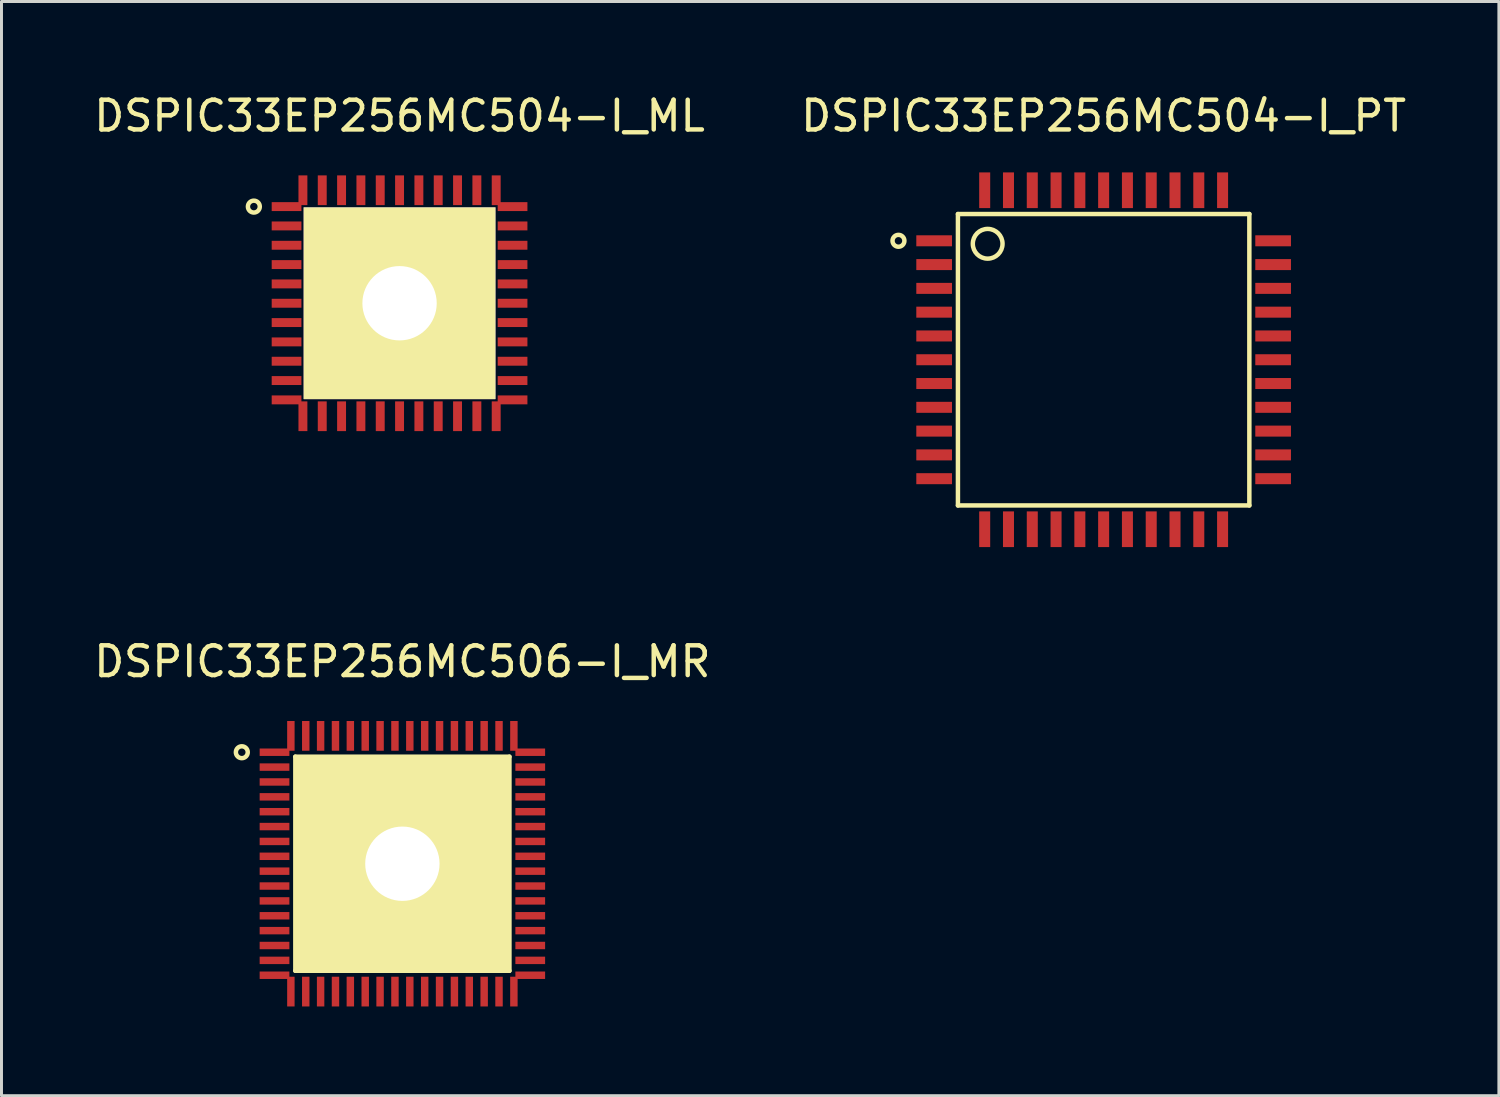
<source format=kicad_pcb>
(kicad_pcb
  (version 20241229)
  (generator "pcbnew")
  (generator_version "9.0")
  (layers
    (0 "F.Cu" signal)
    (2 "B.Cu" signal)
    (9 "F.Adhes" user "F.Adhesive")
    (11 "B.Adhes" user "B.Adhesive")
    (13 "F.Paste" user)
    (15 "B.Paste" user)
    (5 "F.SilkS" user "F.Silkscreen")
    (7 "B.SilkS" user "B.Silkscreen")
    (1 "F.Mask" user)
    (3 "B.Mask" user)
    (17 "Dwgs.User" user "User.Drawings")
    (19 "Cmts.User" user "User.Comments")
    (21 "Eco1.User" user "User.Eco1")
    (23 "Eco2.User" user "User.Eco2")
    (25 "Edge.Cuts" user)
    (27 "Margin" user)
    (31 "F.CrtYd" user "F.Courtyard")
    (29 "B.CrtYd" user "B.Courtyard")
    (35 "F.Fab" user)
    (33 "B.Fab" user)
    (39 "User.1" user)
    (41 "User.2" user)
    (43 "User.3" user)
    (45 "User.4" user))
  (footprint "DSPIC33EP256MC504-I_PT"
    (layer "F.Cu")
    (at 28.365 3.348)
    (property "Reference" "DSPIC33EP256MC504-I_PT" (at 5.7 -2.5 0) (layer "F.SilkS") (effects (font (size 1 1) (thickness 0.15))))
    (attr through_hole)
    (fp_line (start 0.8 0.8) (end 0.8 10.6) (stroke (width 0.15) (type solid)) (layer "F.SilkS"))
    (fp_line (start 0.8 0.8) (end 10.6 0.8) (stroke (width 0.15) (type solid)) (layer "F.SilkS"))
    (fp_line (start 0.8 10.6) (end 10.6 10.6) (stroke (width 0.15) (type solid)) (layer "F.SilkS"))
    (fp_line (start 10.6 10.6) (end 10.6 0.8) (stroke (width 0.15) (type solid)) (layer "F.SilkS"))
    (fp_circle (center -1.2 1.7) (end -1.2 1.5) (stroke (width 0.15) (type solid)) (fill no) (layer "F.SilkS"))
    (fp_circle (center 1.8 1.8) (end 1.8 1.3) (stroke (width 0.15) (type solid)) (fill no) (layer "F.SilkS"))
    (pad "1" smd rect (at 0 1.7) (size 1.2 0.37) (layers "F.Cu" "F.Mask" "F.Paste"))
    (pad "2" smd rect (at 0 2.5) (size 1.2 0.37) (layers "F.Cu" "F.Mask" "F.Paste"))
    (pad "3" smd rect (at 0 3.3) (size 1.2 0.37) (layers "F.Cu" "F.Mask" "F.Paste"))
    (pad "4" smd rect (at 0 4.1) (size 1.2 0.37) (layers "F.Cu" "F.Mask" "F.Paste"))
    (pad "5" smd rect (at 0 4.9) (size 1.2 0.37) (layers "F.Cu" "F.Mask" "F.Paste"))
    (pad "6" smd rect (at 0 5.7) (size 1.2 0.37) (layers "F.Cu" "F.Mask" "F.Paste"))
    (pad "7" smd rect (at 0 6.5) (size 1.2 0.37) (layers "F.Cu" "F.Mask" "F.Paste"))
    (pad "8" smd rect (at 0 7.3) (size 1.2 0.37) (layers "F.Cu" "F.Mask" "F.Paste"))
    (pad "9" smd rect (at 0 8.1) (size 1.2 0.37) (layers "F.Cu" "F.Mask" "F.Paste"))
    (pad "10" smd rect (at 0 8.9) (size 1.2 0.37) (layers "F.Cu" "F.Mask" "F.Paste"))
    (pad "11" smd rect (at 0 9.7) (size 1.2 0.37) (layers "F.Cu" "F.Mask" "F.Paste"))
    (pad "12" smd rect (at 1.7 11.4) (size 0.37 1.2) (layers "F.Cu" "F.Mask" "F.Paste"))
    (pad "13" smd rect (at 2.5 11.4) (size 0.37 1.2) (layers "F.Cu" "F.Mask" "F.Paste"))
    (pad "14" smd rect (at 3.3 11.4) (size 0.37 1.2) (layers "F.Cu" "F.Mask" "F.Paste"))
    (pad "15" smd rect (at 4.1 11.4) (size 0.37 1.2) (layers "F.Cu" "F.Mask" "F.Paste"))
    (pad "16" smd rect (at 4.9 11.4) (size 0.37 1.2) (layers "F.Cu" "F.Mask" "F.Paste"))
    (pad "17" smd rect (at 5.7 11.4) (size 0.37 1.2) (layers "F.Cu" "F.Mask" "F.Paste"))
    (pad "18" smd rect (at 6.5 11.4) (size 0.37 1.2) (layers "F.Cu" "F.Mask" "F.Paste"))
    (pad "19" smd rect (at 7.3 11.4) (size 0.37 1.2) (layers "F.Cu" "F.Mask" "F.Paste"))
    (pad "20" smd rect (at 8.1 11.4) (size 0.37 1.2) (layers "F.Cu" "F.Mask" "F.Paste"))
    (pad "21" smd rect (at 8.9 11.4) (size 0.37 1.2) (layers "F.Cu" "F.Mask" "F.Paste"))
    (pad "22" smd rect (at 9.7 11.4) (size 0.37 1.2) (layers "F.Cu" "F.Mask" "F.Paste"))
    (pad "23" smd rect (at 11.4 9.7) (size 1.2 0.37) (layers "F.Cu" "F.Mask" "F.Paste"))
    (pad "24" smd rect (at 11.4 8.9) (size 1.2 0.37) (layers "F.Cu" "F.Mask" "F.Paste"))
    (pad "25" smd rect (at 11.4 8.1) (size 1.2 0.37) (layers "F.Cu" "F.Mask" "F.Paste"))
    (pad "26" smd rect (at 11.4 7.3) (size 1.2 0.37) (layers "F.Cu" "F.Mask" "F.Paste"))
    (pad "27" smd rect (at 11.4 6.5) (size 1.2 0.37) (layers "F.Cu" "F.Mask" "F.Paste"))
    (pad "28" smd rect (at 11.4 5.7) (size 1.2 0.37) (layers "F.Cu" "F.Mask" "F.Paste"))
    (pad "29" smd rect (at 11.4 4.9) (size 1.2 0.37) (layers "F.Cu" "F.Mask" "F.Paste"))
    (pad "30" smd rect (at 11.4 4.1) (size 1.2 0.37) (layers "F.Cu" "F.Mask" "F.Paste"))
    (pad "31" smd rect (at 11.4 3.3) (size 1.2 0.37) (layers "F.Cu" "F.Mask" "F.Paste"))
    (pad "32" smd rect (at 11.4 2.5) (size 1.2 0.37) (layers "F.Cu" "F.Mask" "F.Paste"))
    (pad "33" smd rect (at 11.4 1.7) (size 1.2 0.37) (layers "F.Cu" "F.Mask" "F.Paste"))
    (pad "34" smd rect (at 9.7 0) (size 0.37 1.2) (layers "F.Cu" "F.Mask" "F.Paste"))
    (pad "35" smd rect (at 8.9 0) (size 0.37 1.2) (layers "F.Cu" "F.Mask" "F.Paste"))
    (pad "36" smd rect (at 8.1 0) (size 0.37 1.2) (layers "F.Cu" "F.Mask" "F.Paste"))
    (pad "37" smd rect (at 7.3 0) (size 0.37 1.2) (layers "F.Cu" "F.Mask" "F.Paste"))
    (pad "38" smd rect (at 6.5 0) (size 0.37 1.2) (layers "F.Cu" "F.Mask" "F.Paste"))
    (pad "39" smd rect (at 5.7 0) (size 0.37 1.2) (layers "F.Cu" "F.Mask" "F.Paste"))
    (pad "40" smd rect (at 4.9 0) (size 0.37 1.2) (layers "F.Cu" "F.Mask" "F.Paste"))
    (pad "41" smd rect (at 4.1 0) (size 0.37 1.2) (layers "F.Cu" "F.Mask" "F.Paste"))
    (pad "42" smd rect (at 3.3 0) (size 0.37 1.2) (layers "F.Cu" "F.Mask" "F.Paste"))
    (pad "43" smd rect (at 2.5 0) (size 0.37 1.2) (layers "F.Cu" "F.Mask" "F.Paste"))
    (pad "44" smd rect (at 1.7 0) (size 0.37 1.2) (layers "F.Cu" "F.Mask" "F.Paste")))
  (footprint "DSPIC33EP256MC506-I_MR"
    (layer "F.Cu")
    (at 6.182 21.697)
    (property "Reference" "DSPIC33EP256MC506-I_MR" (at 4.3 -2.5 0) (layer "F.SilkS") (effects (font (size 1 1) (thickness 0.15))))
    (attr through_hole)
    (fp_line (start 0.7 0.7) (end 0.7 7.9) (stroke (width 0.15) (type solid)) (layer "F.SilkS"))
    (fp_line (start 0.7 0.7) (end 7.9 0.7) (stroke (width 0.15) (type solid)) (layer "F.SilkS"))
    (fp_line (start 0.7 7.9) (end 7.9 7.9) (stroke (width 0.15) (type solid)) (layer "F.SilkS"))
    (fp_line (start 7.9 7.9) (end 7.9 0.7) (stroke (width 0.15) (type solid)) (layer "F.SilkS"))
    (fp_circle (center -1.1 0.55) (end -1.1 0.35) (stroke (width 0.15) (type solid)) (fill no) (layer "F.SilkS"))
    (fp_circle (center 1.7 1.7) (end 1.7 1.2) (stroke (width 0.15) (type solid)) (fill no) (layer "F.SilkS"))
    (pad "1" smd rect (at 0 0.55) (size 1 0.25) (layers "F.Cu" "F.Mask" "F.Paste"))
    (pad "2" smd rect (at 0 1.05) (size 1 0.25) (layers "F.Cu" "F.Mask" "F.Paste"))
    (pad "3" smd rect (at 0 1.55) (size 1 0.25) (layers "F.Cu" "F.Mask" "F.Paste"))
    (pad "4" smd rect (at 0 2.05) (size 1 0.25) (layers "F.Cu" "F.Mask" "F.Paste"))
    (pad "5" smd rect (at 0 2.55) (size 1 0.25) (layers "F.Cu" "F.Mask" "F.Paste"))
    (pad "6" smd rect (at 0 3.05) (size 1 0.25) (layers "F.Cu" "F.Mask" "F.Paste"))
    (pad "7" smd rect (at 0 3.55) (size 1 0.25) (layers "F.Cu" "F.Mask" "F.Paste"))
    (pad "8" smd rect (at 0 4.05) (size 1 0.25) (layers "F.Cu" "F.Mask" "F.Paste"))
    (pad "9" smd rect (at 0 4.55) (size 1 0.25) (layers "F.Cu" "F.Mask" "F.Paste"))
    (pad "10" smd rect (at 0 5.05) (size 1 0.25) (layers "F.Cu" "F.Mask" "F.Paste"))
    (pad "11" smd rect (at 0 5.55) (size 1 0.25) (layers "F.Cu" "F.Mask" "F.Paste"))
    (pad "12" smd rect (at 0 6.05) (size 1 0.25) (layers "F.Cu" "F.Mask" "F.Paste"))
    (pad "13" smd rect (at 0 6.55) (size 1 0.25) (layers "F.Cu" "F.Mask" "F.Paste"))
    (pad "14" smd rect (at 0 7.05) (size 1 0.25) (layers "F.Cu" "F.Mask" "F.Paste"))
    (pad "15" smd rect (at 0 7.55) (size 1 0.25) (layers "F.Cu" "F.Mask" "F.Paste"))
    (pad "16" smd rect (at 0 8.05) (size 1 0.25) (layers "F.Cu" "F.Mask" "F.Paste"))
    (pad "17" smd rect (at 0.55 8.6) (size 0.25 1) (layers "F.Cu" "F.Mask" "F.Paste"))
    (pad "18" smd rect (at 1.05 8.6) (size 0.25 1) (layers "F.Cu" "F.Mask" "F.Paste"))
    (pad "19" smd rect (at 1.55 8.6) (size 0.25 1) (layers "F.Cu" "F.Mask" "F.Paste"))
    (pad "20" smd rect (at 2.05 8.6) (size 0.25 1) (layers "F.Cu" "F.Mask" "F.Paste"))
    (pad "21" smd rect (at 2.55 8.6) (size 0.25 1) (layers "F.Cu" "F.Mask" "F.Paste"))
    (pad "22" smd rect (at 3.05 8.6) (size 0.25 1) (layers "F.Cu" "F.Mask" "F.Paste"))
    (pad "23" smd rect (at 3.55 8.6) (size 0.25 1) (layers "F.Cu" "F.Mask" "F.Paste"))
    (pad "24" smd rect (at 4.05 8.6) (size 0.25 1) (layers "F.Cu" "F.Mask" "F.Paste"))
    (pad "25" smd rect (at 4.55 8.6) (size 0.25 1) (layers "F.Cu" "F.Mask" "F.Paste"))
    (pad "26" smd rect (at 5.05 8.6) (size 0.25 1) (layers "F.Cu" "F.Mask" "F.Paste"))
    (pad "27" smd rect (at 5.55 8.6) (size 0.25 1) (layers "F.Cu" "F.Mask" "F.Paste"))
    (pad "28" smd rect (at 6.05 8.6) (size 0.25 1) (layers "F.Cu" "F.Mask" "F.Paste"))
    (pad "29" smd rect (at 6.55 8.6) (size 0.25 1) (layers "F.Cu" "F.Mask" "F.Paste"))
    (pad "30" smd rect (at 7.05 8.6) (size 0.25 1) (layers "F.Cu" "F.Mask" "F.Paste"))
    (pad "31" smd rect (at 7.55 8.6) (size 0.25 1) (layers "F.Cu" "F.Mask" "F.Paste"))
    (pad "32" smd rect (at 8.05 8.6) (size 0.25 1) (layers "F.Cu" "F.Mask" "F.Paste"))
    (pad "33" smd rect (at 8.6 8.05) (size 1 0.25) (layers "F.Cu" "F.Mask" "F.Paste"))
    (pad "34" smd rect (at 8.6 7.55) (size 1 0.25) (layers "F.Cu" "F.Mask" "F.Paste"))
    (pad "35" smd rect (at 8.6 7.05) (size 1 0.25) (layers "F.Cu" "F.Mask" "F.Paste"))
    (pad "36" smd rect (at 8.6 6.55) (size 1 0.25) (layers "F.Cu" "F.Mask" "F.Paste"))
    (pad "37" smd rect (at 8.6 6.05) (size 1 0.25) (layers "F.Cu" "F.Mask" "F.Paste"))
    (pad "38" smd rect (at 8.6 5.55) (size 1 0.25) (layers "F.Cu" "F.Mask" "F.Paste"))
    (pad "39" smd rect (at 8.6 5.05) (size 1 0.25) (layers "F.Cu" "F.Mask" "F.Paste"))
    (pad "40" smd rect (at 8.6 4.55) (size 1 0.25) (layers "F.Cu" "F.Mask" "F.Paste"))
    (pad "41" smd rect (at 8.6 4.05) (size 1 0.25) (layers "F.Cu" "F.Mask" "F.Paste"))
    (pad "42" smd rect (at 8.6 3.55) (size 1 0.25) (layers "F.Cu" "F.Mask" "F.Paste"))
    (pad "43" smd rect (at 8.6 3.05) (size 1 0.25) (layers "F.Cu" "F.Mask" "F.Paste"))
    (pad "44" smd rect (at 8.6 2.55) (size 1 0.25) (layers "F.Cu" "F.Mask" "F.Paste"))
    (pad "45" smd rect (at 8.6 2.05) (size 1 0.25) (layers "F.Cu" "F.Mask" "F.Paste"))
    (pad "46" smd rect (at 8.6 1.55) (size 1 0.25) (layers "F.Cu" "F.Mask" "F.Paste"))
    (pad "47" smd rect (at 8.6 1.05) (size 1 0.25) (layers "F.Cu" "F.Mask" "F.Paste"))
    (pad "48" smd rect (at 8.6 0.55) (size 1 0.25) (layers "F.Cu" "F.Mask" "F.Paste"))
    (pad "49" smd rect (at 8.05 0) (size 0.25 1) (layers "F.Cu" "F.Mask" "F.Paste"))
    (pad "50" smd rect (at 7.55 0) (size 0.25 1) (layers "F.Cu" "F.Mask" "F.Paste"))
    (pad "51" smd rect (at 7.05 0) (size 0.25 1) (layers "F.Cu" "F.Mask" "F.Paste"))
    (pad "52" smd rect (at 6.55 0) (size 0.25 1) (layers "F.Cu" "F.Mask" "F.Paste"))
    (pad "53" smd rect (at 6.05 0) (size 0.25 1) (layers "F.Cu" "F.Mask" "F.Paste"))
    (pad "54" smd rect (at 5.55 0) (size 0.25 1) (layers "F.Cu" "F.Mask" "F.Paste"))
    (pad "55" smd rect (at 5.05 0) (size 0.25 1) (layers "F.Cu" "F.Mask" "F.Paste"))
    (pad "56" smd rect (at 4.55 0) (size 0.25 1) (layers "F.Cu" "F.Mask" "F.Paste"))
    (pad "57" smd rect (at 4.05 0) (size 0.25 1) (layers "F.Cu" "F.Mask" "F.Paste"))
    (pad "58" smd rect (at 3.55 0) (size 0.25 1) (layers "F.Cu" "F.Mask" "F.Paste"))
    (pad "59" smd rect (at 3.05 0) (size 0.25 1) (layers "F.Cu" "F.Mask" "F.Paste"))
    (pad "60" smd rect (at 2.55 0) (size 0.25 1) (layers "F.Cu" "F.Mask" "F.Paste"))
    (pad "61" smd rect (at 2.05 0) (size 0.25 1) (layers "F.Cu" "F.Mask" "F.Paste"))
    (pad "62" smd rect (at 1.55 0) (size 0.25 1) (layers "F.Cu" "F.Mask" "F.Paste"))
    (pad "63" smd rect (at 1.05 0) (size 0.25 1) (layers "F.Cu" "F.Mask" "F.Paste"))
    (pad "64" smd rect (at 0.55 0) (size 0.25 1) (layers "F.Cu" "F.Mask" "F.Paste"))
    (pad "999" thru_hole rect (at 4.3 4.3) (size 7.15 7.15) (drill 2.5) (layers "*.Cu" "*.Mask" "F.SilkS")))
  (footprint "DSPIC33EP256MC504-I_ML"
    (layer "F.Cu")
    (at 6.587 3.348)
    (property "Reference" "DSPIC33EP256MC504-I_ML" (at 3.8 -2.5 0) (layer "F.SilkS") (effects (font (size 1 1) (thickness 0.15))))
    (attr through_hole)
    (fp_line (start 0.7 0.7) (end 0.7 6.9) (stroke (width 0.15) (type solid)) (layer "F.SilkS"))
    (fp_line (start 0.7 0.7) (end 6.9 0.7) (stroke (width 0.15) (type solid)) (layer "F.SilkS"))
    (fp_line (start 0.7 6.9) (end 6.9 6.9) (stroke (width 0.15) (type solid)) (layer "F.SilkS"))
    (fp_line (start 6.9 6.9) (end 6.9 0.7) (stroke (width 0.15) (type solid)) (layer "F.SilkS"))
    (fp_circle (center -1.1 0.55) (end -1.1 0.35) (stroke (width 0.15) (type solid)) (fill no) (layer "F.SilkS"))
    (fp_circle (center 1.7 1.7) (end 1.7 1.2) (stroke (width 0.15) (type solid)) (fill no) (layer "F.SilkS"))
    (pad "1" smd rect (at 0 0.55) (size 1 0.3) (layers "F.Cu" "F.Mask" "F.Paste"))
    (pad "2" smd rect (at 0 1.2) (size 1 0.3) (layers "F.Cu" "F.Mask" "F.Paste"))
    (pad "3" smd rect (at 0 1.85) (size 1 0.3) (layers "F.Cu" "F.Mask" "F.Paste"))
    (pad "4" smd rect (at 0 2.5) (size 1 0.3) (layers "F.Cu" "F.Mask" "F.Paste"))
    (pad "5" smd rect (at 0 3.15) (size 1 0.3) (layers "F.Cu" "F.Mask" "F.Paste"))
    (pad "6" smd rect (at 0 3.8) (size 1 0.3) (layers "F.Cu" "F.Mask" "F.Paste"))
    (pad "7" smd rect (at 0 4.45) (size 1 0.3) (layers "F.Cu" "F.Mask" "F.Paste"))
    (pad "8" smd rect (at 0 5.1) (size 1 0.3) (layers "F.Cu" "F.Mask" "F.Paste"))
    (pad "9" smd rect (at 0 5.75) (size 1 0.3) (layers "F.Cu" "F.Mask" "F.Paste"))
    (pad "10" smd rect (at 0 6.4) (size 1 0.3) (layers "F.Cu" "F.Mask" "F.Paste"))
    (pad "11" smd rect (at 0 7.05) (size 1 0.3) (layers "F.Cu" "F.Mask" "F.Paste"))
    (pad "12" smd rect (at 0.55 7.6) (size 0.3 1) (layers "F.Cu" "F.Mask" "F.Paste"))
    (pad "13" smd rect (at 1.2 7.6) (size 0.3 1) (layers "F.Cu" "F.Mask" "F.Paste"))
    (pad "14" smd rect (at 1.85 7.6) (size 0.3 1) (layers "F.Cu" "F.Mask" "F.Paste"))
    (pad "15" smd rect (at 2.5 7.6) (size 0.3 1) (layers "F.Cu" "F.Mask" "F.Paste"))
    (pad "16" smd rect (at 3.15 7.6) (size 0.3 1) (layers "F.Cu" "F.Mask" "F.Paste"))
    (pad "17" smd rect (at 3.8 7.6) (size 0.3 1) (layers "F.Cu" "F.Mask" "F.Paste"))
    (pad "18" smd rect (at 4.45 7.6) (size 0.3 1) (layers "F.Cu" "F.Mask" "F.Paste"))
    (pad "19" smd rect (at 5.1 7.6) (size 0.3 1) (layers "F.Cu" "F.Mask" "F.Paste"))
    (pad "20" smd rect (at 5.75 7.6) (size 0.3 1) (layers "F.Cu" "F.Mask" "F.Paste"))
    (pad "21" smd rect (at 6.4 7.6) (size 0.3 1) (layers "F.Cu" "F.Mask" "F.Paste"))
    (pad "22" smd rect (at 7.05 7.6) (size 0.3 1) (layers "F.Cu" "F.Mask" "F.Paste"))
    (pad "23" smd rect (at 7.6 7.05) (size 1 0.3) (layers "F.Cu" "F.Mask" "F.Paste"))
    (pad "24" smd rect (at 7.6 6.4) (size 1 0.3) (layers "F.Cu" "F.Mask" "F.Paste"))
    (pad "25" smd rect (at 7.6 5.75) (size 1 0.3) (layers "F.Cu" "F.Mask" "F.Paste"))
    (pad "26" smd rect (at 7.6 5.1) (size 1 0.3) (layers "F.Cu" "F.Mask" "F.Paste"))
    (pad "27" smd rect (at 7.6 4.45) (size 1 0.3) (layers "F.Cu" "F.Mask" "F.Paste"))
    (pad "28" smd rect (at 7.6 3.8) (size 1 0.3) (layers "F.Cu" "F.Mask" "F.Paste"))
    (pad "29" smd rect (at 7.6 3.15) (size 1 0.3) (layers "F.Cu" "F.Mask" "F.Paste"))
    (pad "30" smd rect (at 7.6 2.5) (size 1 0.3) (layers "F.Cu" "F.Mask" "F.Paste"))
    (pad "31" smd rect (at 7.6 1.85) (size 1 0.3) (layers "F.Cu" "F.Mask" "F.Paste"))
    (pad "32" smd rect (at 7.6 1.2) (size 1 0.3) (layers "F.Cu" "F.Mask" "F.Paste"))
    (pad "33" smd rect (at 7.6 0.55) (size 1 0.3) (layers "F.Cu" "F.Mask" "F.Paste"))
    (pad "34" smd rect (at 7.05 0) (size 0.3 1) (layers "F.Cu" "F.Mask" "F.Paste"))
    (pad "35" smd rect (at 6.4 0) (size 0.3 1) (layers "F.Cu" "F.Mask" "F.Paste"))
    (pad "36" smd rect (at 5.75 0) (size 0.3 1) (layers "F.Cu" "F.Mask" "F.Paste"))
    (pad "37" smd rect (at 5.1 0) (size 0.3 1) (layers "F.Cu" "F.Mask" "F.Paste"))
    (pad "38" smd rect (at 4.45 0) (size 0.3 1) (layers "F.Cu" "F.Mask" "F.Paste"))
    (pad "39" smd rect (at 3.8 0) (size 0.3 1) (layers "F.Cu" "F.Mask" "F.Paste"))
    (pad "40" smd rect (at 3.15 0) (size 0.3 1) (layers "F.Cu" "F.Mask" "F.Paste"))
    (pad "41" smd rect (at 2.5 0) (size 0.3 1) (layers "F.Cu" "F.Mask" "F.Paste"))
    (pad "42" smd rect (at 1.85 0) (size 0.3 1) (layers "F.Cu" "F.Mask" "F.Paste"))
    (pad "43" smd rect (at 1.2 0) (size 0.3 1) (layers "F.Cu" "F.Mask" "F.Paste"))
    (pad "44" smd rect (at 0.55 0) (size 0.3 1) (layers "F.Cu" "F.Mask" "F.Paste"))
    (pad "999" thru_hole rect (at 3.8 3.8) (size 6.45 6.45) (drill 2.5) (layers "*.Cu" "*.Mask" "F.SilkS")))
  (gr_rect
    (start -3 -3)
    (end 47.357 33.797)
    (stroke (width 0.1) (type default))
    (fill no)
    (layer "Edge.Cuts")))
</source>
